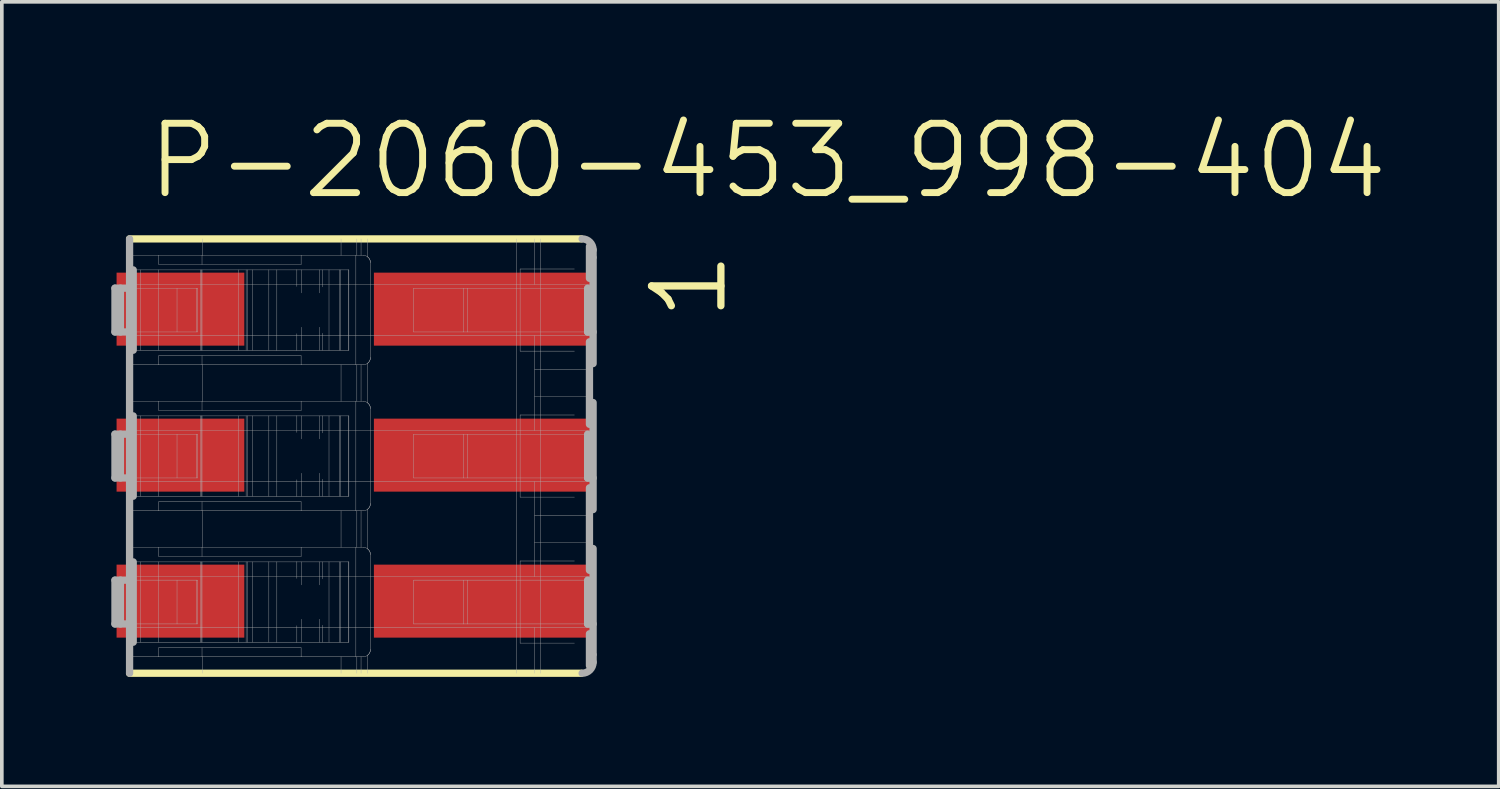
<source format=kicad_pcb>
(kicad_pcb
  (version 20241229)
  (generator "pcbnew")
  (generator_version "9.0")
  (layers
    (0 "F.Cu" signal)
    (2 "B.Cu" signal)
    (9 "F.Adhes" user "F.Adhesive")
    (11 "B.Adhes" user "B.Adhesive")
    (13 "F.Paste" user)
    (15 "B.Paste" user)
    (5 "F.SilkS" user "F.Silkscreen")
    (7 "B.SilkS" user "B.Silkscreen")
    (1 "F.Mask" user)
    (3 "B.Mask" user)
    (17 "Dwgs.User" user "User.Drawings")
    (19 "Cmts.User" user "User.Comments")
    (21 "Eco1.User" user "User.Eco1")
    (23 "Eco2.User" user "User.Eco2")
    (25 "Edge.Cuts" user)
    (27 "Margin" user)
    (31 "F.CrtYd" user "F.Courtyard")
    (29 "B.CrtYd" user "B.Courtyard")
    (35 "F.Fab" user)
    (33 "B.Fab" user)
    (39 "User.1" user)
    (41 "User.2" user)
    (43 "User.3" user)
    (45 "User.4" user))
  (footprint "P-2060-453_998-404"
    (layer "F.Cu")
    (at 6.069 9.42)
    (property "Reference" "P-2060-453_998-404" (at -5.175 -6.95 0) (layer "F.SilkS") (effects (font (size 1.9 1.9) (thickness 0.19)) (justify left bottom)))
    (attr through_hole)
    (fp_line (start -5.569 5.975) (end 6.806 5.975) (stroke (width 0.2) (type solid)) (layer "F.SilkS"))
    (fp_line (start 6.806 -5.925) (end -5.569 -5.925) (stroke (width 0.2) (type solid)) (layer "F.SilkS"))
    (fp_line (start -5.969 -3.375) (end -5.969 -4.575) (stroke (width 0.2) (type solid)) (layer "F.Fab"))
    (fp_line (start -5.969 0.625) (end -5.969 -0.575) (stroke (width 0.2) (type solid)) (layer "F.Fab"))
    (fp_line (start -5.969 4.625) (end -5.969 3.425) (stroke (width 0.2) (type solid)) (layer "F.Fab"))
    (fp_line (start -5.819 -3.375) (end -5.819 -4.575) (stroke (width 0.2) (type solid)) (layer "F.Fab"))
    (fp_line (start -5.819 0.625) (end -5.819 -0.575) (stroke (width 0.2) (type solid)) (layer "F.Fab"))
    (fp_line (start -5.819 4.625) (end -5.819 3.425) (stroke (width 0.2) (type solid)) (layer "F.Fab"))
    (fp_line (start -5.569 -5.925) (end -5.569 -4.575) (stroke (width 0.2) (type solid)) (layer "F.Fab"))
    (fp_line (start -5.569 -5.475) (end -4.769 -5.475) (stroke (width 0.01) (type solid)) (layer "F.Fab"))
    (fp_line (start -5.569 -4.675) (end 7.131 -4.675) (stroke (width 0.01) (type solid)) (layer "F.Fab"))
    (fp_line (start -5.569 -4.575) (end -5.969 -4.575) (stroke (width 0.2) (type solid)) (layer "F.Fab"))
    (fp_line (start -5.569 -4.575) (end -5.569 -3.375) (stroke (width 0.2) (type solid)) (layer "F.Fab"))
    (fp_line (start -5.569 -4.575) (end -3.708 -4.575) (stroke (width 0.01) (type solid)) (layer "F.Fab"))
    (fp_line (start -5.569 -3.375) (end -5.969 -3.375) (stroke (width 0.2) (type solid)) (layer "F.Fab"))
    (fp_line (start -5.569 -3.375) (end -5.569 -0.575) (stroke (width 0.2) (type solid)) (layer "F.Fab"))
    (fp_line (start -5.569 -3.375) (end -3.708 -3.375) (stroke (width 0.01) (type solid)) (layer "F.Fab"))
    (fp_line (start -5.569 -1.475) (end -4.769 -1.475) (stroke (width 0.01) (type solid)) (layer "F.Fab"))
    (fp_line (start -5.569 -0.675) (end 7.131 -0.675) (stroke (width 0.01) (type solid)) (layer "F.Fab"))
    (fp_line (start -5.569 -0.575) (end -5.969 -0.575) (stroke (width 0.2) (type solid)) (layer "F.Fab"))
    (fp_line (start -5.569 -0.575) (end -5.569 0.625) (stroke (width 0.2) (type solid)) (layer "F.Fab"))
    (fp_line (start -5.569 -0.575) (end -3.708 -0.575) (stroke (width 0.01) (type solid)) (layer "F.Fab"))
    (fp_line (start -5.569 0.625) (end -5.969 0.625) (stroke (width 0.2) (type solid)) (layer "F.Fab"))
    (fp_line (start -5.569 0.625) (end -5.569 3.425) (stroke (width 0.2) (type solid)) (layer "F.Fab"))
    (fp_line (start -5.569 0.625) (end -3.708 0.625) (stroke (width 0.01) (type solid)) (layer "F.Fab"))
    (fp_line (start -5.569 2.525) (end -4.769 2.525) (stroke (width 0.01) (type solid)) (layer "F.Fab"))
    (fp_line (start -5.569 3.325) (end 7.131 3.325) (stroke (width 0.01) (type solid)) (layer "F.Fab"))
    (fp_line (start -5.569 3.425) (end -5.969 3.425) (stroke (width 0.2) (type solid)) (layer "F.Fab"))
    (fp_line (start -5.569 3.425) (end -5.569 4.625) (stroke (width 0.2) (type solid)) (layer "F.Fab"))
    (fp_line (start -5.569 3.425) (end -3.708 3.425) (stroke (width 0.01) (type solid)) (layer "F.Fab"))
    (fp_line (start -5.569 4.625) (end -5.969 4.625) (stroke (width 0.2) (type solid)) (layer "F.Fab"))
    (fp_line (start -5.569 4.625) (end -5.569 5.975) (stroke (width 0.2) (type solid)) (layer "F.Fab"))
    (fp_line (start -5.569 4.625) (end -3.708 4.625) (stroke (width 0.01) (type solid)) (layer "F.Fab"))
    (fp_line (start -5.469 -5.075) (end -5.469 -2.875) (stroke (width 0.2) (type solid)) (layer "F.Fab"))
    (fp_line (start -5.469 -1.075) (end -5.469 1.125) (stroke (width 0.2) (type solid)) (layer "F.Fab"))
    (fp_line (start -5.469 2.925) (end -5.469 5.125) (stroke (width 0.2) (type solid)) (layer "F.Fab"))
    (fp_line (start -5.269 -2.875) (end -5.269 -5.075) (stroke (width 0.01) (type solid)) (layer "F.Fab"))
    (fp_line (start -5.269 1.125) (end -5.269 -1.075) (stroke (width 0.01) (type solid)) (layer "F.Fab"))
    (fp_line (start -5.269 5.125) (end -5.269 2.925) (stroke (width 0.01) (type solid)) (layer "F.Fab"))
    (fp_line (start -4.769 -5.475) (end -4.769 -5.225) (stroke (width 0.01) (type solid)) (layer "F.Fab"))
    (fp_line (start -4.769 -5.475) (end -3.584 -5.475) (stroke (width 0.01) (type solid)) (layer "F.Fab"))
    (fp_line (start -4.769 -5.225) (end -0.869 -5.225) (stroke (width 0.01) (type solid)) (layer "F.Fab"))
    (fp_line (start -4.769 -5.075) (end -4.769 -2.875) (stroke (width 0.01) (type solid)) (layer "F.Fab"))
    (fp_line (start -4.769 -2.475) (end -5.569 -2.475) (stroke (width 0.01) (type solid)) (layer "F.Fab"))
    (fp_line (start -4.769 -2.475) (end -4.769 -2.725) (stroke (width 0.01) (type solid)) (layer "F.Fab"))
    (fp_line (start -4.769 -1.475) (end -4.769 -1.225) (stroke (width 0.01) (type solid)) (layer "F.Fab"))
    (fp_line (start -4.769 -1.475) (end -3.584 -1.475) (stroke (width 0.01) (type solid)) (layer "F.Fab"))
    (fp_line (start -4.769 -1.225) (end -0.869 -1.225) (stroke (width 0.01) (type solid)) (layer "F.Fab"))
    (fp_line (start -4.769 -1.075) (end -4.769 1.125) (stroke (width 0.01) (type solid)) (layer "F.Fab"))
    (fp_line (start -4.769 1.525) (end -5.569 1.525) (stroke (width 0.01) (type solid)) (layer "F.Fab"))
    (fp_line (start -4.769 1.525) (end -4.769 1.275) (stroke (width 0.01) (type solid)) (layer "F.Fab"))
    (fp_line (start -4.769 2.525) (end -4.769 2.775) (stroke (width 0.01) (type solid)) (layer "F.Fab"))
    (fp_line (start -4.769 2.525) (end -3.584 2.525) (stroke (width 0.01) (type solid)) (layer "F.Fab"))
    (fp_line (start -4.769 2.775) (end -0.869 2.775) (stroke (width 0.01) (type solid)) (layer "F.Fab"))
    (fp_line (start -4.769 2.925) (end -4.769 5.125) (stroke (width 0.01) (type solid)) (layer "F.Fab"))
    (fp_line (start -4.769 5.525) (end -5.569 5.525) (stroke (width 0.01) (type solid)) (layer "F.Fab"))
    (fp_line (start -4.769 5.525) (end -4.769 5.275) (stroke (width 0.01) (type solid)) (layer "F.Fab"))
    (fp_line (start -4.269 -3.375) (end -4.269 -4.575) (stroke (width 0.01) (type solid)) (layer "F.Fab"))
    (fp_line (start -4.269 0.625) (end -4.269 -0.575) (stroke (width 0.01) (type solid)) (layer "F.Fab"))
    (fp_line (start -4.269 4.625) (end -4.269 3.425) (stroke (width 0.01) (type solid)) (layer "F.Fab"))
    (fp_line (start -3.741 -3.375) (end -3.741 -4.575) (stroke (width 0.01) (type solid)) (layer "F.Fab"))
    (fp_line (start -3.741 0.625) (end -3.741 -0.575) (stroke (width 0.01) (type solid)) (layer "F.Fab"))
    (fp_line (start -3.741 4.625) (end -3.741 3.425) (stroke (width 0.01) (type solid)) (layer "F.Fab"))
    (fp_line (start -3.708 -3.375) (end -3.708 -4.575) (stroke (width 0.01) (type solid)) (layer "F.Fab"))
    (fp_line (start -3.708 0.625) (end -3.708 -0.575) (stroke (width 0.01) (type solid)) (layer "F.Fab"))
    (fp_line (start -3.708 4.625) (end -3.708 3.425) (stroke (width 0.01) (type solid)) (layer "F.Fab"))
    (fp_line (start -3.628 -2.875) (end -3.628 -5.075) (stroke (width 0.01) (type solid)) (layer "F.Fab"))
    (fp_line (start -3.628 1.125) (end -3.628 -1.075) (stroke (width 0.01) (type solid)) (layer "F.Fab"))
    (fp_line (start -3.628 5.125) (end -3.628 2.925) (stroke (width 0.01) (type solid)) (layer "F.Fab"))
    (fp_line (start -3.593 -2.875) (end -3.593 -5.075) (stroke (width 0.01) (type solid)) (layer "F.Fab"))
    (fp_line (start -3.593 1.125) (end -3.593 -1.075) (stroke (width 0.01) (type solid)) (layer "F.Fab"))
    (fp_line (start -3.593 5.125) (end -3.593 2.925) (stroke (width 0.01) (type solid)) (layer "F.Fab"))
    (fp_line (start -3.584 -5.475) (end -3.584 -5.225) (stroke (width 0.01) (type solid)) (layer "F.Fab"))
    (fp_line (start -3.584 -5.475) (end -0.869 -5.475) (stroke (width 0.01) (type solid)) (layer "F.Fab"))
    (fp_line (start -3.584 -2.875) (end -3.584 -5.075) (stroke (width 0.01) (type solid)) (layer "F.Fab"))
    (fp_line (start -3.584 -2.475) (end -4.769 -2.475) (stroke (width 0.01) (type solid)) (layer "F.Fab"))
    (fp_line (start -3.584 -2.475) (end -3.584 -2.725) (stroke (width 0.01) (type solid)) (layer "F.Fab"))
    (fp_line (start -3.584 -1.475) (end -3.584 -1.225) (stroke (width 0.01) (type solid)) (layer "F.Fab"))
    (fp_line (start -3.584 -1.475) (end -0.869 -1.475) (stroke (width 0.01) (type solid)) (layer "F.Fab"))
    (fp_line (start -3.584 1.125) (end -3.584 -1.075) (stroke (width 0.01) (type solid)) (layer "F.Fab"))
    (fp_line (start -3.584 1.525) (end -4.769 1.525) (stroke (width 0.01) (type solid)) (layer "F.Fab"))
    (fp_line (start -3.584 1.525) (end -3.584 1.275) (stroke (width 0.01) (type solid)) (layer "F.Fab"))
    (fp_line (start -3.584 2.525) (end -3.584 2.775) (stroke (width 0.01) (type solid)) (layer "F.Fab"))
    (fp_line (start -3.584 2.525) (end -0.869 2.525) (stroke (width 0.01) (type solid)) (layer "F.Fab"))
    (fp_line (start -3.584 5.125) (end -3.584 2.925) (stroke (width 0.01) (type solid)) (layer "F.Fab"))
    (fp_line (start -3.584 5.525) (end -4.769 5.525) (stroke (width 0.01) (type solid)) (layer "F.Fab"))
    (fp_line (start -3.584 5.525) (end -3.584 5.275) (stroke (width 0.01) (type solid)) (layer "F.Fab"))
    (fp_line (start -3.569 -5.925) (end -3.569 -5.475) (stroke (width 0.01) (type solid)) (layer "F.Fab"))
    (fp_line (start -3.569 -2.475) (end -3.569 -1.475) (stroke (width 0.01) (type solid)) (layer "F.Fab"))
    (fp_line (start -3.569 1.525) (end -3.569 2.525) (stroke (width 0.01) (type solid)) (layer "F.Fab"))
    (fp_line (start -3.569 5.525) (end -3.569 5.975) (stroke (width 0.01) (type solid)) (layer "F.Fab"))
    (fp_line (start -2.586 -2.875) (end -2.586 -5.075) (stroke (width 0.01) (type solid)) (layer "F.Fab"))
    (fp_line (start -2.586 1.125) (end -2.586 -1.075) (stroke (width 0.01) (type solid)) (layer "F.Fab"))
    (fp_line (start -2.586 5.125) (end -2.586 2.925) (stroke (width 0.01) (type solid)) (layer "F.Fab"))
    (fp_line (start -2.376 -2.875) (end -2.376 -5.075) (stroke (width 0.01) (type solid)) (layer "F.Fab"))
    (fp_line (start -2.376 1.125) (end -2.376 -1.075) (stroke (width 0.01) (type solid)) (layer "F.Fab"))
    (fp_line (start -2.376 5.125) (end -2.376 2.925) (stroke (width 0.01) (type solid)) (layer "F.Fab"))
    (fp_line (start -2.347 -2.875) (end -2.347 -5.075) (stroke (width 0.01) (type solid)) (layer "F.Fab"))
    (fp_line (start -2.347 1.125) (end -2.347 -1.075) (stroke (width 0.01) (type solid)) (layer "F.Fab"))
    (fp_line (start -2.347 5.125) (end -2.347 2.925) (stroke (width 0.01) (type solid)) (layer "F.Fab"))
    (fp_line (start -2.204 -2.875) (end -2.204 -5.075) (stroke (width 0.01) (type solid)) (layer "F.Fab"))
    (fp_line (start -2.204 1.125) (end -2.204 -1.075) (stroke (width 0.01) (type solid)) (layer "F.Fab"))
    (fp_line (start -2.204 5.125) (end -2.204 2.925) (stroke (width 0.01) (type solid)) (layer "F.Fab"))
    (fp_line (start -1.753 -2.875) (end -1.753 -5.075) (stroke (width 0.01) (type solid)) (layer "F.Fab"))
    (fp_line (start -1.753 1.125) (end -1.753 -1.075) (stroke (width 0.01) (type solid)) (layer "F.Fab"))
    (fp_line (start -1.753 5.125) (end -1.753 2.925) (stroke (width 0.01) (type solid)) (layer "F.Fab"))
    (fp_line (start -1.534 -2.875) (end -5.469 -2.875) (stroke (width 0.01) (type solid)) (layer "F.Fab"))
    (fp_line (start -1.534 -2.875) (end -1.534 -5.075) (stroke (width 0.01) (type solid)) (layer "F.Fab"))
    (fp_line (start -1.534 1.125) (end -5.469 1.125) (stroke (width 0.01) (type solid)) (layer "F.Fab"))
    (fp_line (start -1.534 1.125) (end -1.534 -1.075) (stroke (width 0.01) (type solid)) (layer "F.Fab"))
    (fp_line (start -1.534 5.125) (end -5.469 5.125) (stroke (width 0.01) (type solid)) (layer "F.Fab"))
    (fp_line (start -1.534 5.125) (end -1.534 2.925) (stroke (width 0.01) (type solid)) (layer "F.Fab"))
    (fp_line (start -0.986 -5.075) (end -5.469 -5.075) (stroke (width 0.01) (type solid)) (layer "F.Fab"))
    (fp_line (start -0.986 -4.622) (end -0.986 -5.075) (stroke (width 0.01) (type solid)) (layer "F.Fab"))
    (fp_line (start -0.986 -2.875) (end -1.534 -2.875) (stroke (width 0.01) (type solid)) (layer "F.Fab"))
    (fp_line (start -0.986 -2.875) (end -0.986 -3.328) (stroke (width 0.01) (type solid)) (layer "F.Fab"))
    (fp_line (start -0.986 -1.075) (end -5.469 -1.075) (stroke (width 0.01) (type solid)) (layer "F.Fab"))
    (fp_line (start -0.986 -0.622) (end -0.986 -1.075) (stroke (width 0.01) (type solid)) (layer "F.Fab"))
    (fp_line (start -0.986 1.125) (end -1.534 1.125) (stroke (width 0.01) (type solid)) (layer "F.Fab"))
    (fp_line (start -0.986 1.125) (end -0.986 0.672) (stroke (width 0.01) (type solid)) (layer "F.Fab"))
    (fp_line (start -0.986 2.925) (end -5.469 2.925) (stroke (width 0.01) (type solid)) (layer "F.Fab"))
    (fp_line (start -0.986 3.378) (end -0.986 2.925) (stroke (width 0.01) (type solid)) (layer "F.Fab"))
    (fp_line (start -0.986 5.125) (end -1.534 5.125) (stroke (width 0.01) (type solid)) (layer "F.Fab"))
    (fp_line (start -0.986 5.125) (end -0.986 4.672) (stroke (width 0.01) (type solid)) (layer "F.Fab"))
    (fp_line (start -0.869 -5.475) (end -0.869 -5.225) (stroke (width 0.01) (type solid)) (layer "F.Fab"))
    (fp_line (start -0.869 -5.475) (end 0.831 -5.475) (stroke (width 0.01) (type solid)) (layer "F.Fab"))
    (fp_line (start -0.869 -2.725) (end -4.769 -2.725) (stroke (width 0.01) (type solid)) (layer "F.Fab"))
    (fp_line (start -0.869 -2.475) (end -3.584 -2.475) (stroke (width 0.01) (type solid)) (layer "F.Fab"))
    (fp_line (start -0.869 -2.475) (end -0.869 -2.725) (stroke (width 0.01) (type solid)) (layer "F.Fab"))
    (fp_line (start -0.869 -1.475) (end -0.869 -1.225) (stroke (width 0.01) (type solid)) (layer "F.Fab"))
    (fp_line (start -0.869 -1.475) (end 0.831 -1.475) (stroke (width 0.01) (type solid)) (layer "F.Fab"))
    (fp_line (start -0.869 1.275) (end -4.769 1.275) (stroke (width 0.01) (type solid)) (layer "F.Fab"))
    (fp_line (start -0.869 1.525) (end -3.584 1.525) (stroke (width 0.01) (type solid)) (layer "F.Fab"))
    (fp_line (start -0.869 1.525) (end -0.869 1.275) (stroke (width 0.01) (type solid)) (layer "F.Fab"))
    (fp_line (start -0.869 2.525) (end -0.869 2.775) (stroke (width 0.01) (type solid)) (layer "F.Fab"))
    (fp_line (start -0.869 2.525) (end 0.831 2.525) (stroke (width 0.01) (type solid)) (layer "F.Fab"))
    (fp_line (start -0.869 5.275) (end -4.769 5.275) (stroke (width 0.01) (type solid)) (layer "F.Fab"))
    (fp_line (start -0.869 5.525) (end -3.584 5.525) (stroke (width 0.01) (type solid)) (layer "F.Fab"))
    (fp_line (start -0.869 5.525) (end -0.869 5.275) (stroke (width 0.01) (type solid)) (layer "F.Fab"))
    (fp_line (start -0.867 -4.445) (end -0.867 -5.075) (stroke (width 0.01) (type solid)) (layer "F.Fab"))
    (fp_line (start -0.867 -2.875) (end -0.867 -3.505) (stroke (width 0.01) (type solid)) (layer "F.Fab"))
    (fp_line (start -0.867 -0.445) (end -0.867 -1.075) (stroke (width 0.01) (type solid)) (layer "F.Fab"))
    (fp_line (start -0.867 1.125) (end -0.867 0.495) (stroke (width 0.01) (type solid)) (layer "F.Fab"))
    (fp_line (start -0.867 3.555) (end -0.867 2.925) (stroke (width 0.01) (type solid)) (layer "F.Fab"))
    (fp_line (start -0.867 5.125) (end -0.867 4.495) (stroke (width 0.01) (type solid)) (layer "F.Fab"))
    (fp_line (start -0.368 -4.444) (end -0.368 -5.075) (stroke (width 0.01) (type solid)) (layer "F.Fab"))
    (fp_line (start -0.368 -2.875) (end -0.368 -3.506) (stroke (width 0.01) (type solid)) (layer "F.Fab"))
    (fp_line (start -0.368 -0.444) (end -0.368 -1.075) (stroke (width 0.01) (type solid)) (layer "F.Fab"))
    (fp_line (start -0.368 1.125) (end -0.368 0.494) (stroke (width 0.01) (type solid)) (layer "F.Fab"))
    (fp_line (start -0.368 3.556) (end -0.368 2.925) (stroke (width 0.01) (type solid)) (layer "F.Fab"))
    (fp_line (start -0.368 5.125) (end -0.368 4.494) (stroke (width 0.01) (type solid)) (layer "F.Fab"))
    (fp_line (start -0.29 -4.609) (end -0.29 -5.075) (stroke (width 0.01) (type solid)) (layer "F.Fab"))
    (fp_line (start -0.29 -2.875) (end -0.29 -3.341) (stroke (width 0.01) (type solid)) (layer "F.Fab"))
    (fp_line (start -0.29 -0.609) (end -0.29 -1.075) (stroke (width 0.01) (type solid)) (layer "F.Fab"))
    (fp_line (start -0.29 1.125) (end -0.29 0.659) (stroke (width 0.01) (type solid)) (layer "F.Fab"))
    (fp_line (start -0.29 3.391) (end -0.29 2.925) (stroke (width 0.01) (type solid)) (layer "F.Fab"))
    (fp_line (start -0.29 5.125) (end -0.29 4.659) (stroke (width 0.01) (type solid)) (layer "F.Fab"))
    (fp_line (start -0.105 -2.875) (end -0.105 -5.075) (stroke (width 0.01) (type solid)) (layer "F.Fab"))
    (fp_line (start -0.105 1.125) (end -0.105 -1.075) (stroke (width 0.01) (type solid)) (layer "F.Fab"))
    (fp_line (start -0.105 5.125) (end -0.105 2.925) (stroke (width 0.01) (type solid)) (layer "F.Fab"))
    (fp_line (start 0.19 -2.875) (end 0.19 -5.075) (stroke (width 0.01) (type solid)) (layer "F.Fab"))
    (fp_line (start 0.19 1.125) (end 0.19 -1.075) (stroke (width 0.01) (type solid)) (layer "F.Fab"))
    (fp_line (start 0.19 5.125) (end 0.19 2.925) (stroke (width 0.01) (type solid)) (layer "F.Fab"))
    (fp_line (start 0.218 -2.875) (end 0.218 -5.075) (stroke (width 0.01) (type solid)) (layer "F.Fab"))
    (fp_line (start 0.218 1.125) (end 0.218 -1.075) (stroke (width 0.01) (type solid)) (layer "F.Fab"))
    (fp_line (start 0.218 5.125) (end 0.218 2.925) (stroke (width 0.01) (type solid)) (layer "F.Fab"))
    (fp_line (start 0.225 -5.925) (end 0.225 -5.475) (stroke (width 0.01) (type solid)) (layer "F.Fab"))
    (fp_line (start 0.225 -2.475) (end 0.225 -1.475) (stroke (width 0.01) (type solid)) (layer "F.Fab"))
    (fp_line (start 0.225 1.525) (end 0.225 2.525) (stroke (width 0.01) (type solid)) (layer "F.Fab"))
    (fp_line (start 0.225 5.525) (end 0.225 5.975) (stroke (width 0.01) (type solid)) (layer "F.Fab"))
    (fp_line (start 0.429 -2.875) (end -0.986 -2.875) (stroke (width 0.01) (type solid)) (layer "F.Fab"))
    (fp_line (start 0.429 -2.875) (end 0.429 -5.075) (stroke (width 0.01) (type solid)) (layer "F.Fab"))
    (fp_line (start 0.429 1.125) (end -0.986 1.125) (stroke (width 0.01) (type solid)) (layer "F.Fab"))
    (fp_line (start 0.429 1.125) (end 0.429 -1.075) (stroke (width 0.01) (type solid)) (layer "F.Fab"))
    (fp_line (start 0.429 5.125) (end -0.986 5.125) (stroke (width 0.01) (type solid)) (layer "F.Fab"))
    (fp_line (start 0.429 5.125) (end 0.429 2.925) (stroke (width 0.01) (type solid)) (layer "F.Fab"))
    (fp_line (start 0.439 -5.075) (end -0.986 -5.075) (stroke (width 0.01) (type solid)) (layer "F.Fab"))
    (fp_line (start 0.439 -2.875) (end 0.429 -2.875) (stroke (width 0.01) (type solid)) (layer "F.Fab"))
    (fp_line (start 0.439 -2.875) (end 0.439 -5.075) (stroke (width 0.01) (type solid)) (layer "F.Fab"))
    (fp_line (start 0.439 -1.075) (end -0.986 -1.075) (stroke (width 0.01) (type solid)) (layer "F.Fab"))
    (fp_line (start 0.439 1.125) (end 0.429 1.125) (stroke (width 0.01) (type solid)) (layer "F.Fab"))
    (fp_line (start 0.439 1.125) (end 0.439 -1.075) (stroke (width 0.01) (type solid)) (layer "F.Fab"))
    (fp_line (start 0.439 2.925) (end -0.986 2.925) (stroke (width 0.01) (type solid)) (layer "F.Fab"))
    (fp_line (start 0.439 5.125) (end 0.429 5.125) (stroke (width 0.01) (type solid)) (layer "F.Fab"))
    (fp_line (start 0.439 5.125) (end 0.439 2.925) (stroke (width 0.01) (type solid)) (layer "F.Fab"))
    (fp_line (start 0.631 -5.475) (end 0.631 -2.475) (stroke (width 0.01) (type solid)) (layer "F.Fab"))
    (fp_line (start 0.631 -1.475) (end 0.631 1.525) (stroke (width 0.01) (type solid)) (layer "F.Fab"))
    (fp_line (start 0.631 2.525) (end 0.631 5.525) (stroke (width 0.01) (type solid)) (layer "F.Fab"))
    (fp_line (start 0.658 -5.925) (end 0.658 -5.475) (stroke (width 0.01) (type solid)) (layer "F.Fab"))
    (fp_line (start 0.658 -2.475) (end 0.658 -1.475) (stroke (width 0.01) (type solid)) (layer "F.Fab"))
    (fp_line (start 0.658 1.525) (end 0.658 2.525) (stroke (width 0.01) (type solid)) (layer "F.Fab"))
    (fp_line (start 0.658 5.525) (end 0.658 5.975) (stroke (width 0.01) (type solid)) (layer "F.Fab"))
    (fp_line (start 0.773 -5.925) (end 0.773 -5.475) (stroke (width 0.01) (type solid)) (layer "F.Fab"))
    (fp_line (start 0.773 -2.475) (end 0.773 -1.475) (stroke (width 0.01) (type solid)) (layer "F.Fab"))
    (fp_line (start 0.773 1.525) (end 0.773 2.525) (stroke (width 0.01) (type solid)) (layer "F.Fab"))
    (fp_line (start 0.773 5.525) (end 0.773 5.975) (stroke (width 0.01) (type solid)) (layer "F.Fab"))
    (fp_line (start 0.831 -2.475) (end -0.869 -2.475) (stroke (width 0.01) (type solid)) (layer "F.Fab"))
    (fp_line (start 0.831 1.525) (end -0.869 1.525) (stroke (width 0.01) (type solid)) (layer "F.Fab"))
    (fp_line (start 0.831 5.525) (end -0.869 5.525) (stroke (width 0.01) (type solid)) (layer "F.Fab"))
    (fp_line (start 0.947 -5.925) (end 0.947 -5.438) (stroke (width 0.01) (type solid)) (layer "F.Fab"))
    (fp_line (start 0.947 -2.512) (end 0.947 -1.438) (stroke (width 0.01) (type solid)) (layer "F.Fab"))
    (fp_line (start 0.947 1.488) (end 0.947 2.562) (stroke (width 0.01) (type solid)) (layer "F.Fab"))
    (fp_line (start 0.947 5.488) (end 0.947 5.975) (stroke (width 0.01) (type solid)) (layer "F.Fab"))
    (fp_line (start 1.031 -5.275) (end 1.031 -2.675) (stroke (width 0.01) (type solid)) (layer "F.Fab"))
    (fp_line (start 1.031 -1.275) (end 1.031 1.325) (stroke (width 0.01) (type solid)) (layer "F.Fab"))
    (fp_line (start 1.031 2.725) (end 1.031 5.325) (stroke (width 0.01) (type solid)) (layer "F.Fab"))
    (fp_line (start 2.214 -4.575) (end 2.214 -3.375) (stroke (width 0.01) (type solid)) (layer "F.Fab"))
    (fp_line (start 2.214 -3.375) (end 3.58 -3.375) (stroke (width 0.01) (type solid)) (layer "F.Fab"))
    (fp_line (start 2.214 -0.575) (end 2.214 0.625) (stroke (width 0.01) (type solid)) (layer "F.Fab"))
    (fp_line (start 2.214 0.625) (end 3.58 0.625) (stroke (width 0.01) (type solid)) (layer "F.Fab"))
    (fp_line (start 2.214 3.425) (end 2.214 4.625) (stroke (width 0.01) (type solid)) (layer "F.Fab"))
    (fp_line (start 2.214 4.625) (end 3.58 4.625) (stroke (width 0.01) (type solid)) (layer "F.Fab"))
    (fp_line (start 3.58 -3.375) (end 3.58 -4.575) (stroke (width 0.01) (type solid)) (layer "F.Fab"))
    (fp_line (start 3.58 -3.375) (end 3.685 -3.375) (stroke (width 0.01) (type solid)) (layer "F.Fab"))
    (fp_line (start 3.58 0.625) (end 3.58 -0.575) (stroke (width 0.01) (type solid)) (layer "F.Fab"))
    (fp_line (start 3.58 0.625) (end 3.685 0.625) (stroke (width 0.01) (type solid)) (layer "F.Fab"))
    (fp_line (start 3.58 4.625) (end 3.58 3.425) (stroke (width 0.01) (type solid)) (layer "F.Fab"))
    (fp_line (start 3.58 4.625) (end 3.685 4.625) (stroke (width 0.01) (type solid)) (layer "F.Fab"))
    (fp_line (start 3.685 -3.375) (end 3.685 -4.575) (stroke (width 0.01) (type solid)) (layer "F.Fab"))
    (fp_line (start 3.685 -3.375) (end 6.981 -3.375) (stroke (width 0.01) (type solid)) (layer "F.Fab"))
    (fp_line (start 3.685 0.625) (end 3.685 -0.575) (stroke (width 0.01) (type solid)) (layer "F.Fab"))
    (fp_line (start 3.685 0.625) (end 6.981 0.625) (stroke (width 0.01) (type solid)) (layer "F.Fab"))
    (fp_line (start 3.685 4.625) (end 3.685 3.425) (stroke (width 0.01) (type solid)) (layer "F.Fab"))
    (fp_line (start 3.685 4.625) (end 6.981 4.625) (stroke (width 0.01) (type solid)) (layer "F.Fab"))
    (fp_line (start 5.031 -5.925) (end 5.031 5.975) (stroke (width 0.01) (type solid)) (layer "F.Fab"))
    (fp_line (start 5.131 -2.85) (end 5.131 -5.1) (stroke (width 0.01) (type solid)) (layer "F.Fab"))
    (fp_line (start 5.131 -2.85) (end 6.619 -2.85) (stroke (width 0.01) (type solid)) (layer "F.Fab"))
    (fp_line (start 5.131 1.15) (end 5.131 -1.1) (stroke (width 0.01) (type solid)) (layer "F.Fab"))
    (fp_line (start 5.131 1.15) (end 6.619 1.15) (stroke (width 0.01) (type solid)) (layer "F.Fab"))
    (fp_line (start 5.131 5.15) (end 5.131 2.9) (stroke (width 0.01) (type solid)) (layer "F.Fab"))
    (fp_line (start 5.131 5.15) (end 6.619 5.15) (stroke (width 0.01) (type solid)) (layer "F.Fab"))
    (fp_line (start 5.531 -5.925) (end 5.531 -4.675) (stroke (width 0.01) (type solid)) (layer "F.Fab"))
    (fp_line (start 5.531 -3.275) (end 5.531 -2.351) (stroke (width 0.01) (type solid)) (layer "F.Fab"))
    (fp_line (start 5.531 -2.351) (end 5.531 -1.599) (stroke (width 0.01) (type solid)) (layer "F.Fab"))
    (fp_line (start 5.531 -1.599) (end 5.531 -0.675) (stroke (width 0.01) (type solid)) (layer "F.Fab"))
    (fp_line (start 5.531 0.725) (end 5.531 1.649) (stroke (width 0.01) (type solid)) (layer "F.Fab"))
    (fp_line (start 5.531 1.649) (end 5.531 2.401) (stroke (width 0.01) (type solid)) (layer "F.Fab"))
    (fp_line (start 5.531 2.401) (end 5.531 3.325) (stroke (width 0.01) (type solid)) (layer "F.Fab"))
    (fp_line (start 5.531 4.725) (end 5.531 5.975) (stroke (width 0.01) (type solid)) (layer "F.Fab"))
    (fp_line (start 5.681 -5.925) (end 5.681 5.975) (stroke (width 0.01) (type solid)) (layer "F.Fab"))
    (fp_line (start 6.619 -5.1) (end 5.131 -5.1) (stroke (width 0.01) (type solid)) (layer "F.Fab"))
    (fp_line (start 6.619 -1.1) (end 5.131 -1.1) (stroke (width 0.01) (type solid)) (layer "F.Fab"))
    (fp_line (start 6.619 2.9) (end 5.131 2.9) (stroke (width 0.01) (type solid)) (layer "F.Fab"))
    (fp_line (start 6.981 -3.375) (end 6.981 -4.575) (stroke (width 0.2) (type solid)) (layer "F.Fab"))
    (fp_line (start 6.981 -3.375) (end 7.131 -3.375) (stroke (width 0.2) (type solid)) (layer "F.Fab"))
    (fp_line (start 6.981 0.625) (end 6.981 -0.575) (stroke (width 0.2) (type solid)) (layer "F.Fab"))
    (fp_line (start 6.981 0.625) (end 7.131 0.625) (stroke (width 0.2) (type solid)) (layer "F.Fab"))
    (fp_line (start 6.981 4.625) (end 6.981 3.425) (stroke (width 0.2) (type solid)) (layer "F.Fab"))
    (fp_line (start 6.981 4.625) (end 7.131 4.625) (stroke (width 0.2) (type solid)) (layer "F.Fab"))
    (fp_line (start 7.031 -5.72) (end 7.031 -4.845) (stroke (width 0.2) (type solid)) (layer "F.Fab"))
    (fp_line (start 7.031 -3.105) (end 7.031 -0.845) (stroke (width 0.2) (type solid)) (layer "F.Fab"))
    (fp_line (start 7.031 0.895) (end 7.031 3.155) (stroke (width 0.2) (type solid)) (layer "F.Fab"))
    (fp_line (start 7.031 4.895) (end 7.031 5.77) (stroke (width 0.2) (type solid)) (layer "F.Fab"))
    (fp_line (start 7.113 -2.351) (end 5.531 -2.351) (stroke (width 0.01) (type solid)) (layer "F.Fab"))
    (fp_line (start 7.113 -1.599) (end 5.531 -1.599) (stroke (width 0.01) (type solid)) (layer "F.Fab"))
    (fp_line (start 7.113 1.649) (end 5.531 1.649) (stroke (width 0.01) (type solid)) (layer "F.Fab"))
    (fp_line (start 7.113 2.401) (end 5.531 2.401) (stroke (width 0.01) (type solid)) (layer "F.Fab"))
    (fp_line (start 7.131 -5.625) (end 7.131 -5.425) (stroke (width 0.2) (type solid)) (layer "F.Fab"))
    (fp_line (start 7.131 -5.405) (end 7.131 -2.509) (stroke (width 0.2) (type solid)) (layer "F.Fab"))
    (fp_line (start 7.131 -4.575) (end 2.214 -4.575) (stroke (width 0.01) (type solid)) (layer "F.Fab"))
    (fp_line (start 7.131 -3.275) (end -5.569 -3.275) (stroke (width 0.01) (type solid)) (layer "F.Fab"))
    (fp_line (start 7.131 -1.441) (end 7.131 1.491) (stroke (width 0.2) (type solid)) (layer "F.Fab"))
    (fp_line (start 7.131 -0.575) (end 2.214 -0.575) (stroke (width 0.01) (type solid)) (layer "F.Fab"))
    (fp_line (start 7.131 0.725) (end -5.569 0.725) (stroke (width 0.01) (type solid)) (layer "F.Fab"))
    (fp_line (start 7.131 2.559) (end 7.131 5.455) (stroke (width 0.2) (type solid)) (layer "F.Fab"))
    (fp_line (start 7.131 3.425) (end 2.214 3.425) (stroke (width 0.01) (type solid)) (layer "F.Fab"))
    (fp_line (start 7.131 4.725) (end -5.569 4.725) (stroke (width 0.01) (type solid)) (layer "F.Fab"))
    (fp_line (start 7.131 5.675) (end 7.131 5.475) (stroke (width 0.2) (type solid)) (layer "F.Fab"))
    (fp_arc (start 0.831099 -5.475) (mid 0.891696 -5.465609) (end 0.9466 -5.4383) (stroke (width 0.01) (type solid)) (layer "F.Fab"))
    (fp_arc (start 0.831099 -1.475) (mid 0.891696 -1.465609) (end 0.9466 -1.4383) (stroke (width 0.01) (type solid)) (layer "F.Fab"))
    (fp_arc (start 0.8311 2.524999) (mid 0.891697 2.53439) (end 0.9466 2.5617) (stroke (width 0.01) (type solid)) (layer "F.Fab"))
    (fp_arc (start 0.946599 -5.4383) (mid 1.008728 -5.366936) (end 1.0311 -5.275) (stroke (width 0.01) (type solid)) (layer "F.Fab"))
    (fp_arc (start 0.946599 -5.4383) (mid 1.008728 -5.366936) (end 1.0311 -5.275) (stroke (width 0.01) (type solid)) (layer "F.Fab"))
    (fp_arc (start 0.946599 -1.4383) (mid 1.008728 -1.366936) (end 1.0311 -1.275) (stroke (width 0.01) (type solid)) (layer "F.Fab"))
    (fp_arc (start 0.946599 -1.4383) (mid 1.008728 -1.366936) (end 1.0311 -1.275) (stroke (width 0.01) (type solid)) (layer "F.Fab"))
    (fp_arc (start 0.9466 -2.511701) (mid 0.891697 -2.484392) (end 0.8311 -2.475) (stroke (width 0.01) (type solid)) (layer "F.Fab"))
    (fp_arc (start 0.9466 1.488299) (mid 0.891697 1.515608) (end 0.8311 1.525) (stroke (width 0.01) (type solid)) (layer "F.Fab"))
    (fp_arc (start 0.9466 2.5617) (mid 1.008728 2.633064) (end 1.0311 2.725) (stroke (width 0.01) (type solid)) (layer "F.Fab"))
    (fp_arc (start 0.9466 2.5617) (mid 1.008728 2.633064) (end 1.0311 2.725) (stroke (width 0.01) (type solid)) (layer "F.Fab"))
    (fp_arc (start 0.9466 5.488299) (mid 0.891697 5.515608) (end 0.8311 5.525) (stroke (width 0.01) (type solid)) (layer "F.Fab"))
    (fp_arc (start 1.0311 -2.675) (mid 1.008728 -2.583064) (end 0.9466 -2.5117) (stroke (width 0.01) (type solid)) (layer "F.Fab"))
    (fp_arc (start 1.0311 -2.675) (mid 1.008728 -2.583064) (end 0.9466 -2.5117) (stroke (width 0.01) (type solid)) (layer "F.Fab"))
    (fp_arc (start 1.031101 1.325) (mid 1.008729 1.416936) (end 0.9466 1.4883) (stroke (width 0.01) (type solid)) (layer "F.Fab"))
    (fp_arc (start 1.031101 1.325) (mid 1.008729 1.416936) (end 0.9466 1.4883) (stroke (width 0.01) (type solid)) (layer "F.Fab"))
    (fp_arc (start 1.031101 5.325) (mid 1.008729 5.416936) (end 0.9466 5.4883) (stroke (width 0.01) (type solid)) (layer "F.Fab"))
    (fp_arc (start 1.031101 5.325) (mid 1.008729 5.416936) (end 0.9466 5.4883) (stroke (width 0.01) (type solid)) (layer "F.Fab"))
    (fp_arc (start 6.8311 -5.925) (mid 7.043232 -5.837132) (end 7.1311 -5.625) (stroke (width 0.2) (type solid)) (layer "F.Fab"))
    (fp_arc (start 7.1311 5.675) (mid 7.043232 5.887132) (end 6.8311 5.975) (stroke (width 0.2) (type solid)) (layer "F.Fab"))
    (fp_text user "1" (at 10.875 -3.6 90) (layer "F.SilkS") (effects (font (size 1.9 1.9) (thickness 0.2)) (justify left bottom)))
    (pad "1" smd rect (at -4.175 -4) (size 3.5 2) (layers "F.Cu" "F.Mask" "F.Paste"))
    (pad "1" smd rect (at 4.125 -4) (size 6 2) (layers "F.Cu" "F.Mask" "F.Paste"))
    (pad "2" smd rect (at -4.175 0) (size 3.5 2) (layers "F.Cu" "F.Mask" "F.Paste"))
    (pad "2" smd rect (at 4.125 0) (size 6 2) (layers "F.Cu" "F.Mask" "F.Paste"))
    (pad "3" smd rect (at -4.175 4) (size 3.5 2) (layers "F.Cu" "F.Mask" "F.Paste"))
    (pad "3" smd rect (at 4.125 4) (size 6 2) (layers "F.Cu" "F.Mask" "F.Paste")))
  (gr_rect
    (start -3 -3)
    (end 38.012 18.495)
    (stroke (width 0.1) (type default))
    (fill no)
    (layer "Edge.Cuts")))
</source>
